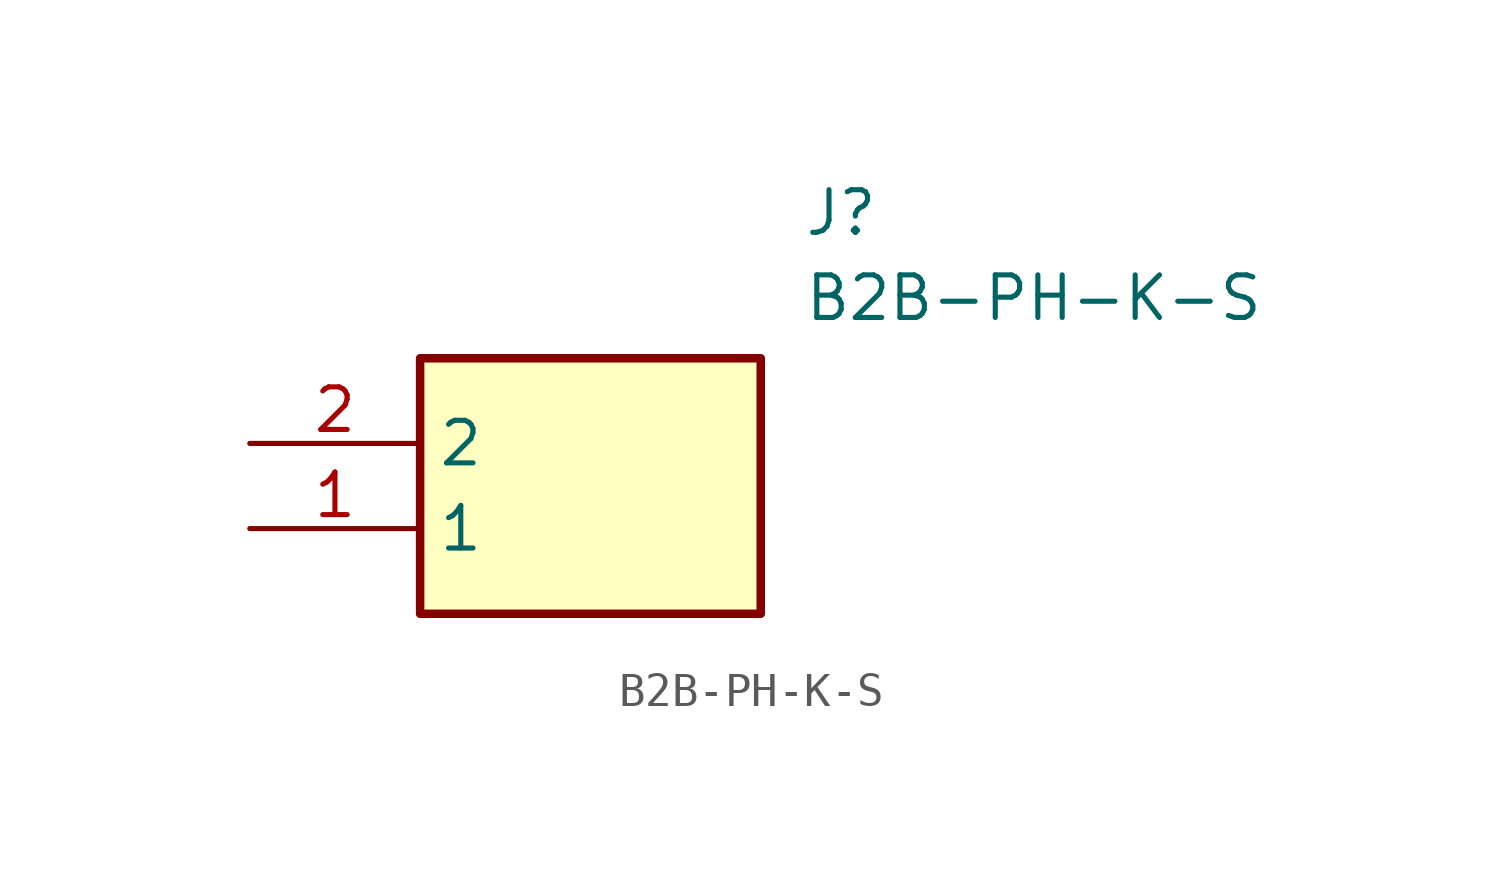
<source format=kicad_sym>
(kicad_symbol_lib
  (version 20211014)
  (generator SamacSys_ECAD_Model)
  (symbol "B2B-PH-K-S"
    (property "Reference" "J"
      (at 16.51 7.62 0)
      (effects (font (size 1.27 1.27)) (justify left top)))
    (property "Value" "B2B-PH-K-S"
      (at 16.51 5.08 0)
      (effects (font (size 1.27 1.27)) (justify left top)))
    (rectangle
      (start 5.08 2.54)
      (end 15.24 -5.08)
      (stroke (width 0.254) (type default))
      (fill (type background)))
    (pin passive line
      (at 0 -2.54 0)
      (length 5.08)
      (name "1" (effects (font (size 1.27 1.27))))
      (number "1" (effects (font (size 1.27 1.27)))))
    (pin passive line
      (at 0 0 0)
      (length 5.08)
      (name "2" (effects (font (size 1.27 1.27))))
      (number "2" (effects (font (size 1.27 1.27)))))))
</source>
